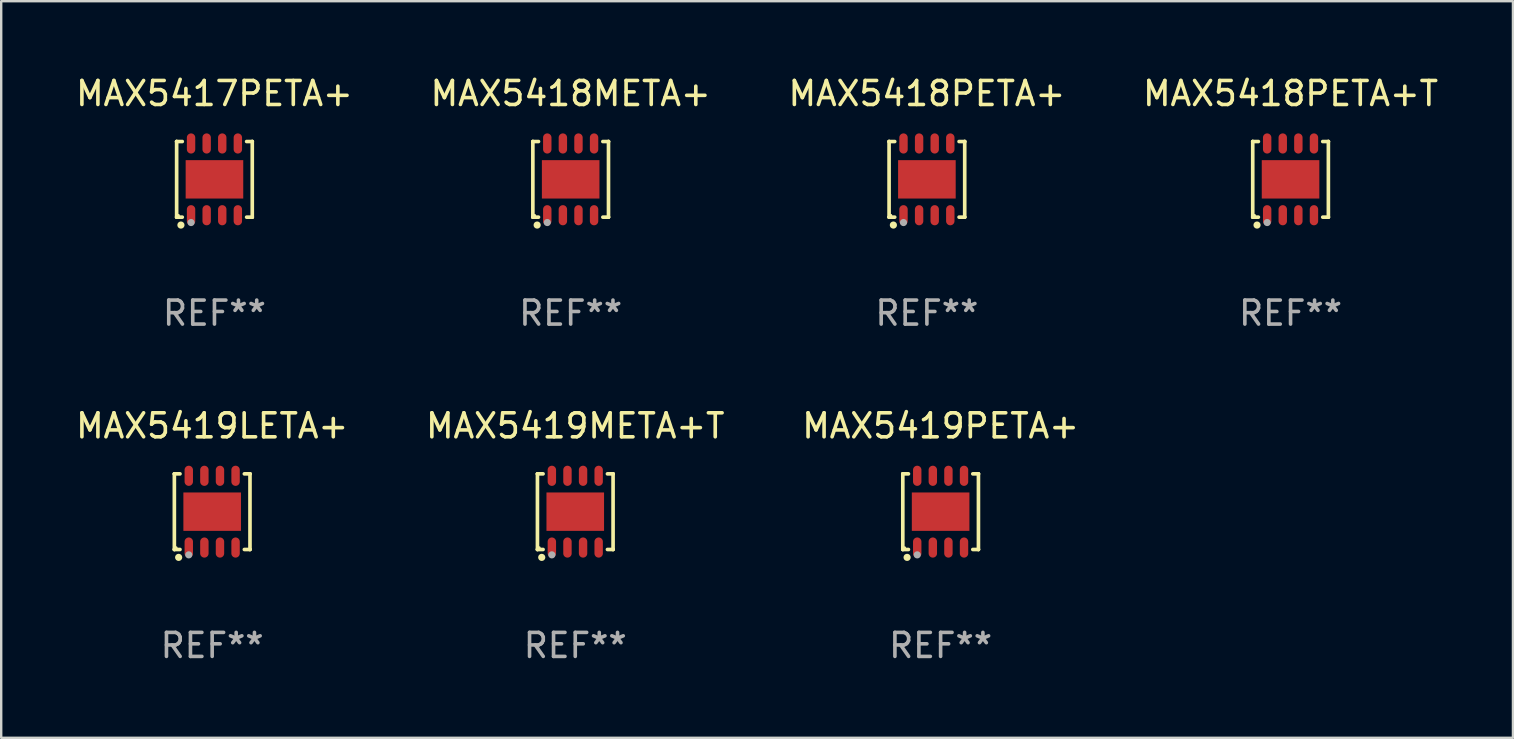
<source format=kicad_pcb>
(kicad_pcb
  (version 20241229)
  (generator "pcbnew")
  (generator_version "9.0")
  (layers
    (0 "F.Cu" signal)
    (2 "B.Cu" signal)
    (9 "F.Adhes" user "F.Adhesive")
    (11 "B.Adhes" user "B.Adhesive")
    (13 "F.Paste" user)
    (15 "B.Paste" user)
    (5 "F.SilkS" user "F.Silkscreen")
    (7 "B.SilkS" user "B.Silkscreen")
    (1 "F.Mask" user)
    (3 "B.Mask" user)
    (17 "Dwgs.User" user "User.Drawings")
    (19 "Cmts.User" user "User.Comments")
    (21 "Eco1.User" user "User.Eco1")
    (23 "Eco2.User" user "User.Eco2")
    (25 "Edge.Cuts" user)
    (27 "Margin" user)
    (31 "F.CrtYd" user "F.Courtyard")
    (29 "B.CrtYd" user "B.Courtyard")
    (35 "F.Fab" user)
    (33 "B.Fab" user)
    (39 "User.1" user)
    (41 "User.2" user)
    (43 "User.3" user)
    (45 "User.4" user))
  (footprint "MAX5418META+"
    (layer "F.Cu")
    (at 20.732 4.424)
    (property "Reference" "MAX5418META+" (at 0 -3.576 0) (layer "F.SilkS") (effects (font (size 1 1) (thickness 0.15))))
    (attr through_hole)
    (fp_line (start -1.576 -1.576) (end -1.576 -1.576) (stroke (width 0.152) (type solid)) (layer "F.SilkS"))
    (fp_line (start -1.576 -1.576) (end -1.341 -1.576) (stroke (width 0.152) (type solid)) (layer "F.SilkS"))
    (fp_line (start -1.576 1.576) (end -1.576 -1.576) (stroke (width 0.152) (type solid)) (layer "F.SilkS"))
    (fp_line (start -1.576 1.576) (end -1.576 1.576) (stroke (width 0.152) (type solid)) (layer "F.SilkS"))
    (fp_line (start -1.341 1.576) (end -1.576 1.576) (stroke (width 0.152) (type solid)) (layer "F.SilkS"))
    (fp_line (start 1.341 1.576) (end 1.576 1.576) (stroke (width 0.152) (type solid)) (layer "F.SilkS"))
    (fp_line (start 1.576 -1.576) (end 1.341 -1.576) (stroke (width 0.152) (type solid)) (layer "F.SilkS"))
    (fp_line (start 1.576 -1.576) (end 1.576 -1.576) (stroke (width 0.152) (type solid)) (layer "F.SilkS"))
    (fp_line (start 1.576 1.576) (end 1.576 -1.576) (stroke (width 0.152) (type solid)) (layer "F.SilkS"))
    (fp_line (start 1.576 1.576) (end 1.576 1.576) (stroke (width 0.152) (type solid)) (layer "F.SilkS"))
    (fp_circle (center -1.5 1.5) (end -1.47 1.5) (stroke (width 0.06) (type solid)) (fill no) (layer "F.SilkS"))
    (fp_circle (center -1.397 1.905) (end -1.322 1.905) (stroke (width 0.15) (type solid)) (fill no) (layer "F.SilkS"))
    (fp_circle (center -0.975 1.8) (end -0.9 1.8) (stroke (width 0.15) (type solid)) (fill no) (layer "F.Fab"))
    (fp_text user "REF**" (at 0 5.576 0) (layer "F.Fab") (effects (font (size 1 1) (thickness 0.15))))
    (pad "1" smd oval (at -0.975 1.495) (size 0.35 0.84) (layers "F.Cu" "F.Mask" "F.Paste"))
    (pad "2" smd oval (at -0.325 1.495) (size 0.35 0.84) (layers "F.Cu" "F.Mask" "F.Paste"))
    (pad "3" smd oval (at 0.325 1.495) (size 0.35 0.84) (layers "F.Cu" "F.Mask" "F.Paste"))
    (pad "4" smd oval (at 0.975 1.495) (size 0.35 0.84) (layers "F.Cu" "F.Mask" "F.Paste"))
    (pad "5" smd oval (at 0.975 -1.495) (size 0.35 0.84) (layers "F.Cu" "F.Mask" "F.Paste"))
    (pad "6" smd oval (at 0.325 -1.495) (size 0.35 0.84) (layers "F.Cu" "F.Mask" "F.Paste"))
    (pad "7" smd oval (at -0.325 -1.495) (size 0.35 0.84) (layers "F.Cu" "F.Mask" "F.Paste"))
    (pad "8" smd oval (at -0.975 -1.495) (size 0.35 0.84) (layers "F.Cu" "F.Mask" "F.Paste"))
    (pad "9" smd rect (at 0 0) (size 2.4 1.6) (layers "F.Cu" "F.Mask" "F.Paste")))
  (footprint "MAX5419PETA+"
    (layer "F.Cu")
    (at 36.149 18.273)
    (property "Reference" "MAX5419PETA+" (at 0 -3.576 0) (layer "F.SilkS") (effects (font (size 1 1) (thickness 0.15))))
    (attr through_hole)
    (fp_line (start -1.576 -1.576) (end -1.576 -1.576) (stroke (width 0.152) (type solid)) (layer "F.SilkS"))
    (fp_line (start -1.576 -1.576) (end -1.341 -1.576) (stroke (width 0.152) (type solid)) (layer "F.SilkS"))
    (fp_line (start -1.576 1.576) (end -1.576 -1.576) (stroke (width 0.152) (type solid)) (layer "F.SilkS"))
    (fp_line (start -1.576 1.576) (end -1.576 1.576) (stroke (width 0.152) (type solid)) (layer "F.SilkS"))
    (fp_line (start -1.341 1.576) (end -1.576 1.576) (stroke (width 0.152) (type solid)) (layer "F.SilkS"))
    (fp_line (start 1.341 1.576) (end 1.576 1.576) (stroke (width 0.152) (type solid)) (layer "F.SilkS"))
    (fp_line (start 1.576 -1.576) (end 1.341 -1.576) (stroke (width 0.152) (type solid)) (layer "F.SilkS"))
    (fp_line (start 1.576 -1.576) (end 1.576 -1.576) (stroke (width 0.152) (type solid)) (layer "F.SilkS"))
    (fp_line (start 1.576 1.576) (end 1.576 -1.576) (stroke (width 0.152) (type solid)) (layer "F.SilkS"))
    (fp_line (start 1.576 1.576) (end 1.576 1.576) (stroke (width 0.152) (type solid)) (layer "F.SilkS"))
    (fp_circle (center -1.5 1.5) (end -1.47 1.5) (stroke (width 0.06) (type solid)) (fill no) (layer "F.SilkS"))
    (fp_circle (center -1.397 1.905) (end -1.322 1.905) (stroke (width 0.15) (type solid)) (fill no) (layer "F.SilkS"))
    (fp_circle (center -0.975 1.8) (end -0.9 1.8) (stroke (width 0.15) (type solid)) (fill no) (layer "F.Fab"))
    (fp_text user "REF**" (at 0 5.576 0) (layer "F.Fab") (effects (font (size 1 1) (thickness 0.15))))
    (pad "1" smd oval (at -0.975 1.495) (size 0.35 0.84) (layers "F.Cu" "F.Mask" "F.Paste"))
    (pad "2" smd oval (at -0.325 1.495) (size 0.35 0.84) (layers "F.Cu" "F.Mask" "F.Paste"))
    (pad "3" smd oval (at 0.325 1.495) (size 0.35 0.84) (layers "F.Cu" "F.Mask" "F.Paste"))
    (pad "4" smd oval (at 0.975 1.495) (size 0.35 0.84) (layers "F.Cu" "F.Mask" "F.Paste"))
    (pad "5" smd oval (at 0.975 -1.495) (size 0.35 0.84) (layers "F.Cu" "F.Mask" "F.Paste"))
    (pad "6" smd oval (at 0.325 -1.495) (size 0.35 0.84) (layers "F.Cu" "F.Mask" "F.Paste"))
    (pad "7" smd oval (at -0.325 -1.495) (size 0.35 0.84) (layers "F.Cu" "F.Mask" "F.Paste"))
    (pad "8" smd oval (at -0.975 -1.495) (size 0.35 0.84) (layers "F.Cu" "F.Mask" "F.Paste"))
    (pad "9" smd rect (at 0 0) (size 2.4 1.6) (layers "F.Cu" "F.Mask" "F.Paste")))
  (footprint "MAX5419LETA+"
    (layer "F.Cu")
    (at 5.792 18.273)
    (property "Reference" "MAX5419LETA+" (at 0 -3.576 0) (layer "F.SilkS") (effects (font (size 1 1) (thickness 0.15))))
    (attr through_hole)
    (fp_line (start -1.576 -1.576) (end -1.576 -1.576) (stroke (width 0.152) (type solid)) (layer "F.SilkS"))
    (fp_line (start -1.576 -1.576) (end -1.341 -1.576) (stroke (width 0.152) (type solid)) (layer "F.SilkS"))
    (fp_line (start -1.576 1.576) (end -1.576 -1.576) (stroke (width 0.152) (type solid)) (layer "F.SilkS"))
    (fp_line (start -1.576 1.576) (end -1.576 1.576) (stroke (width 0.152) (type solid)) (layer "F.SilkS"))
    (fp_line (start -1.341 1.576) (end -1.576 1.576) (stroke (width 0.152) (type solid)) (layer "F.SilkS"))
    (fp_line (start 1.341 1.576) (end 1.576 1.576) (stroke (width 0.152) (type solid)) (layer "F.SilkS"))
    (fp_line (start 1.576 -1.576) (end 1.341 -1.576) (stroke (width 0.152) (type solid)) (layer "F.SilkS"))
    (fp_line (start 1.576 -1.576) (end 1.576 -1.576) (stroke (width 0.152) (type solid)) (layer "F.SilkS"))
    (fp_line (start 1.576 1.576) (end 1.576 -1.576) (stroke (width 0.152) (type solid)) (layer "F.SilkS"))
    (fp_line (start 1.576 1.576) (end 1.576 1.576) (stroke (width 0.152) (type solid)) (layer "F.SilkS"))
    (fp_circle (center -1.5 1.5) (end -1.47 1.5) (stroke (width 0.06) (type solid)) (fill no) (layer "F.SilkS"))
    (fp_circle (center -1.397 1.905) (end -1.322 1.905) (stroke (width 0.15) (type solid)) (fill no) (layer "F.SilkS"))
    (fp_circle (center -0.975 1.8) (end -0.9 1.8) (stroke (width 0.15) (type solid)) (fill no) (layer "F.Fab"))
    (fp_text user "REF**" (at 0 5.576 0) (layer "F.Fab") (effects (font (size 1 1) (thickness 0.15))))
    (pad "1" smd oval (at -0.975 1.495) (size 0.35 0.84) (layers "F.Cu" "F.Mask" "F.Paste"))
    (pad "2" smd oval (at -0.325 1.495) (size 0.35 0.84) (layers "F.Cu" "F.Mask" "F.Paste"))
    (pad "3" smd oval (at 0.325 1.495) (size 0.35 0.84) (layers "F.Cu" "F.Mask" "F.Paste"))
    (pad "4" smd oval (at 0.975 1.495) (size 0.35 0.84) (layers "F.Cu" "F.Mask" "F.Paste"))
    (pad "5" smd oval (at 0.975 -1.495) (size 0.35 0.84) (layers "F.Cu" "F.Mask" "F.Paste"))
    (pad "6" smd oval (at 0.325 -1.495) (size 0.35 0.84) (layers "F.Cu" "F.Mask" "F.Paste"))
    (pad "7" smd oval (at -0.325 -1.495) (size 0.35 0.84) (layers "F.Cu" "F.Mask" "F.Paste"))
    (pad "8" smd oval (at -0.975 -1.495) (size 0.35 0.84) (layers "F.Cu" "F.Mask" "F.Paste"))
    (pad "9" smd rect (at 0 0) (size 2.4 1.6) (layers "F.Cu" "F.Mask" "F.Paste")))
  (footprint "MAX5418PETA+"
    (layer "F.Cu")
    (at 35.577 4.424)
    (property "Reference" "MAX5418PETA+" (at 0 -3.576 0) (layer "F.SilkS") (effects (font (size 1 1) (thickness 0.15))))
    (attr through_hole)
    (fp_line (start -1.576 -1.576) (end -1.576 -1.576) (stroke (width 0.152) (type solid)) (layer "F.SilkS"))
    (fp_line (start -1.576 -1.576) (end -1.341 -1.576) (stroke (width 0.152) (type solid)) (layer "F.SilkS"))
    (fp_line (start -1.576 1.576) (end -1.576 -1.576) (stroke (width 0.152) (type solid)) (layer "F.SilkS"))
    (fp_line (start -1.576 1.576) (end -1.576 1.576) (stroke (width 0.152) (type solid)) (layer "F.SilkS"))
    (fp_line (start -1.341 1.576) (end -1.576 1.576) (stroke (width 0.152) (type solid)) (layer "F.SilkS"))
    (fp_line (start 1.341 1.576) (end 1.576 1.576) (stroke (width 0.152) (type solid)) (layer "F.SilkS"))
    (fp_line (start 1.576 -1.576) (end 1.341 -1.576) (stroke (width 0.152) (type solid)) (layer "F.SilkS"))
    (fp_line (start 1.576 -1.576) (end 1.576 -1.576) (stroke (width 0.152) (type solid)) (layer "F.SilkS"))
    (fp_line (start 1.576 1.576) (end 1.576 -1.576) (stroke (width 0.152) (type solid)) (layer "F.SilkS"))
    (fp_line (start 1.576 1.576) (end 1.576 1.576) (stroke (width 0.152) (type solid)) (layer "F.SilkS"))
    (fp_circle (center -1.5 1.5) (end -1.47 1.5) (stroke (width 0.06) (type solid)) (fill no) (layer "F.SilkS"))
    (fp_circle (center -1.397 1.905) (end -1.322 1.905) (stroke (width 0.15) (type solid)) (fill no) (layer "F.SilkS"))
    (fp_circle (center -0.975 1.8) (end -0.9 1.8) (stroke (width 0.15) (type solid)) (fill no) (layer "F.Fab"))
    (fp_text user "REF**" (at 0 5.576 0) (layer "F.Fab") (effects (font (size 1 1) (thickness 0.15))))
    (pad "1" smd oval (at -0.975 1.495) (size 0.35 0.84) (layers "F.Cu" "F.Mask" "F.Paste"))
    (pad "2" smd oval (at -0.325 1.495) (size 0.35 0.84) (layers "F.Cu" "F.Mask" "F.Paste"))
    (pad "3" smd oval (at 0.325 1.495) (size 0.35 0.84) (layers "F.Cu" "F.Mask" "F.Paste"))
    (pad "4" smd oval (at 0.975 1.495) (size 0.35 0.84) (layers "F.Cu" "F.Mask" "F.Paste"))
    (pad "5" smd oval (at 0.975 -1.495) (size 0.35 0.84) (layers "F.Cu" "F.Mask" "F.Paste"))
    (pad "6" smd oval (at 0.325 -1.495) (size 0.35 0.84) (layers "F.Cu" "F.Mask" "F.Paste"))
    (pad "7" smd oval (at -0.325 -1.495) (size 0.35 0.84) (layers "F.Cu" "F.Mask" "F.Paste"))
    (pad "8" smd oval (at -0.975 -1.495) (size 0.35 0.84) (layers "F.Cu" "F.Mask" "F.Paste"))
    (pad "9" smd rect (at 0 0) (size 2.4 1.6) (layers "F.Cu" "F.Mask" "F.Paste")))
  (footprint "MAX5418PETA+T"
    (layer "F.Cu")
    (at 50.732 4.424)
    (property "Reference" "MAX5418PETA+T" (at 0 -3.576 0) (layer "F.SilkS") (effects (font (size 1 1) (thickness 0.15))))
    (attr through_hole)
    (fp_line (start -1.576 -1.576) (end -1.576 -1.576) (stroke (width 0.152) (type solid)) (layer "F.SilkS"))
    (fp_line (start -1.576 -1.576) (end -1.341 -1.576) (stroke (width 0.152) (type solid)) (layer "F.SilkS"))
    (fp_line (start -1.576 1.576) (end -1.576 -1.576) (stroke (width 0.152) (type solid)) (layer "F.SilkS"))
    (fp_line (start -1.576 1.576) (end -1.576 1.576) (stroke (width 0.152) (type solid)) (layer "F.SilkS"))
    (fp_line (start -1.341 1.576) (end -1.576 1.576) (stroke (width 0.152) (type solid)) (layer "F.SilkS"))
    (fp_line (start 1.341 1.576) (end 1.576 1.576) (stroke (width 0.152) (type solid)) (layer "F.SilkS"))
    (fp_line (start 1.576 -1.576) (end 1.341 -1.576) (stroke (width 0.152) (type solid)) (layer "F.SilkS"))
    (fp_line (start 1.576 -1.576) (end 1.576 -1.576) (stroke (width 0.152) (type solid)) (layer "F.SilkS"))
    (fp_line (start 1.576 1.576) (end 1.576 -1.576) (stroke (width 0.152) (type solid)) (layer "F.SilkS"))
    (fp_line (start 1.576 1.576) (end 1.576 1.576) (stroke (width 0.152) (type solid)) (layer "F.SilkS"))
    (fp_circle (center -1.5 1.5) (end -1.47 1.5) (stroke (width 0.06) (type solid)) (fill no) (layer "F.SilkS"))
    (fp_circle (center -1.397 1.905) (end -1.322 1.905) (stroke (width 0.15) (type solid)) (fill no) (layer "F.SilkS"))
    (fp_circle (center -0.975 1.8) (end -0.9 1.8) (stroke (width 0.15) (type solid)) (fill no) (layer "F.Fab"))
    (fp_text user "REF**" (at 0 5.576 0) (layer "F.Fab") (effects (font (size 1 1) (thickness 0.15))))
    (pad "1" smd oval (at -0.975 1.495) (size 0.35 0.84) (layers "F.Cu" "F.Mask" "F.Paste"))
    (pad "2" smd oval (at -0.325 1.495) (size 0.35 0.84) (layers "F.Cu" "F.Mask" "F.Paste"))
    (pad "3" smd oval (at 0.325 1.495) (size 0.35 0.84) (layers "F.Cu" "F.Mask" "F.Paste"))
    (pad "4" smd oval (at 0.975 1.495) (size 0.35 0.84) (layers "F.Cu" "F.Mask" "F.Paste"))
    (pad "5" smd oval (at 0.975 -1.495) (size 0.35 0.84) (layers "F.Cu" "F.Mask" "F.Paste"))
    (pad "6" smd oval (at 0.325 -1.495) (size 0.35 0.84) (layers "F.Cu" "F.Mask" "F.Paste"))
    (pad "7" smd oval (at -0.325 -1.495) (size 0.35 0.84) (layers "F.Cu" "F.Mask" "F.Paste"))
    (pad "8" smd oval (at -0.975 -1.495) (size 0.35 0.84) (layers "F.Cu" "F.Mask" "F.Paste"))
    (pad "9" smd rect (at 0 0) (size 2.4 1.6) (layers "F.Cu" "F.Mask" "F.Paste")))
  (footprint "MAX5419META+T"
    (layer "F.Cu")
    (at 20.923 18.273)
    (property "Reference" "MAX5419META+T" (at 0 -3.576 0) (layer "F.SilkS") (effects (font (size 1 1) (thickness 0.15))))
    (attr through_hole)
    (fp_line (start -1.576 -1.576) (end -1.576 -1.576) (stroke (width 0.152) (type solid)) (layer "F.SilkS"))
    (fp_line (start -1.576 -1.576) (end -1.341 -1.576) (stroke (width 0.152) (type solid)) (layer "F.SilkS"))
    (fp_line (start -1.576 1.576) (end -1.576 -1.576) (stroke (width 0.152) (type solid)) (layer "F.SilkS"))
    (fp_line (start -1.576 1.576) (end -1.576 1.576) (stroke (width 0.152) (type solid)) (layer "F.SilkS"))
    (fp_line (start -1.341 1.576) (end -1.576 1.576) (stroke (width 0.152) (type solid)) (layer "F.SilkS"))
    (fp_line (start 1.341 1.576) (end 1.576 1.576) (stroke (width 0.152) (type solid)) (layer "F.SilkS"))
    (fp_line (start 1.576 -1.576) (end 1.341 -1.576) (stroke (width 0.152) (type solid)) (layer "F.SilkS"))
    (fp_line (start 1.576 -1.576) (end 1.576 -1.576) (stroke (width 0.152) (type solid)) (layer "F.SilkS"))
    (fp_line (start 1.576 1.576) (end 1.576 -1.576) (stroke (width 0.152) (type solid)) (layer "F.SilkS"))
    (fp_line (start 1.576 1.576) (end 1.576 1.576) (stroke (width 0.152) (type solid)) (layer "F.SilkS"))
    (fp_circle (center -1.5 1.5) (end -1.47 1.5) (stroke (width 0.06) (type solid)) (fill no) (layer "F.SilkS"))
    (fp_circle (center -1.397 1.905) (end -1.322 1.905) (stroke (width 0.15) (type solid)) (fill no) (layer "F.SilkS"))
    (fp_circle (center -0.975 1.8) (end -0.9 1.8) (stroke (width 0.15) (type solid)) (fill no) (layer "F.Fab"))
    (fp_text user "REF**" (at 0 5.576 0) (layer "F.Fab") (effects (font (size 1 1) (thickness 0.15))))
    (pad "1" smd oval (at -0.975 1.495) (size 0.35 0.84) (layers "F.Cu" "F.Mask" "F.Paste"))
    (pad "2" smd oval (at -0.325 1.495) (size 0.35 0.84) (layers "F.Cu" "F.Mask" "F.Paste"))
    (pad "3" smd oval (at 0.325 1.495) (size 0.35 0.84) (layers "F.Cu" "F.Mask" "F.Paste"))
    (pad "4" smd oval (at 0.975 1.495) (size 0.35 0.84) (layers "F.Cu" "F.Mask" "F.Paste"))
    (pad "5" smd oval (at 0.975 -1.495) (size 0.35 0.84) (layers "F.Cu" "F.Mask" "F.Paste"))
    (pad "6" smd oval (at 0.325 -1.495) (size 0.35 0.84) (layers "F.Cu" "F.Mask" "F.Paste"))
    (pad "7" smd oval (at -0.325 -1.495) (size 0.35 0.84) (layers "F.Cu" "F.Mask" "F.Paste"))
    (pad "8" smd oval (at -0.975 -1.495) (size 0.35 0.84) (layers "F.Cu" "F.Mask" "F.Paste"))
    (pad "9" smd rect (at 0 0) (size 2.4 1.6) (layers "F.Cu" "F.Mask" "F.Paste")))
  (footprint "MAX5417PETA+"
    (layer "F.Cu")
    (at 5.887 4.424)
    (property "Reference" "MAX5417PETA+" (at 0 -3.576 0) (layer "F.SilkS") (effects (font (size 1 1) (thickness 0.15))))
    (attr through_hole)
    (fp_line (start -1.576 -1.576) (end -1.576 -1.576) (stroke (width 0.152) (type solid)) (layer "F.SilkS"))
    (fp_line (start -1.576 -1.576) (end -1.341 -1.576) (stroke (width 0.152) (type solid)) (layer "F.SilkS"))
    (fp_line (start -1.576 1.576) (end -1.576 -1.576) (stroke (width 0.152) (type solid)) (layer "F.SilkS"))
    (fp_line (start -1.576 1.576) (end -1.576 1.576) (stroke (width 0.152) (type solid)) (layer "F.SilkS"))
    (fp_line (start -1.341 1.576) (end -1.576 1.576) (stroke (width 0.152) (type solid)) (layer "F.SilkS"))
    (fp_line (start 1.341 1.576) (end 1.576 1.576) (stroke (width 0.152) (type solid)) (layer "F.SilkS"))
    (fp_line (start 1.576 -1.576) (end 1.341 -1.576) (stroke (width 0.152) (type solid)) (layer "F.SilkS"))
    (fp_line (start 1.576 -1.576) (end 1.576 -1.576) (stroke (width 0.152) (type solid)) (layer "F.SilkS"))
    (fp_line (start 1.576 1.576) (end 1.576 -1.576) (stroke (width 0.152) (type solid)) (layer "F.SilkS"))
    (fp_line (start 1.576 1.576) (end 1.576 1.576) (stroke (width 0.152) (type solid)) (layer "F.SilkS"))
    (fp_circle (center -1.5 1.5) (end -1.47 1.5) (stroke (width 0.06) (type solid)) (fill no) (layer "F.SilkS"))
    (fp_circle (center -1.397 1.905) (end -1.322 1.905) (stroke (width 0.15) (type solid)) (fill no) (layer "F.SilkS"))
    (fp_circle (center -0.975 1.8) (end -0.9 1.8) (stroke (width 0.15) (type solid)) (fill no) (layer "F.Fab"))
    (fp_text user "REF**" (at 0 5.576 0) (layer "F.Fab") (effects (font (size 1 1) (thickness 0.15))))
    (pad "1" smd oval (at -0.975 1.495) (size 0.35 0.84) (layers "F.Cu" "F.Mask" "F.Paste"))
    (pad "2" smd oval (at -0.325 1.495) (size 0.35 0.84) (layers "F.Cu" "F.Mask" "F.Paste"))
    (pad "3" smd oval (at 0.325 1.495) (size 0.35 0.84) (layers "F.Cu" "F.Mask" "F.Paste"))
    (pad "4" smd oval (at 0.975 1.495) (size 0.35 0.84) (layers "F.Cu" "F.Mask" "F.Paste"))
    (pad "5" smd oval (at 0.975 -1.495) (size 0.35 0.84) (layers "F.Cu" "F.Mask" "F.Paste"))
    (pad "6" smd oval (at 0.325 -1.495) (size 0.35 0.84) (layers "F.Cu" "F.Mask" "F.Paste"))
    (pad "7" smd oval (at -0.325 -1.495) (size 0.35 0.84) (layers "F.Cu" "F.Mask" "F.Paste"))
    (pad "8" smd oval (at -0.975 -1.495) (size 0.35 0.84) (layers "F.Cu" "F.Mask" "F.Paste"))
    (pad "9" smd rect (at 0 0) (size 2.4 1.6) (layers "F.Cu" "F.Mask" "F.Paste")))
  (gr_rect
    (start -3 -3)
    (end 60 27.698)
    (stroke (width 0.1) (type default))
    (fill no)
    (layer "Edge.Cuts")))
</source>
